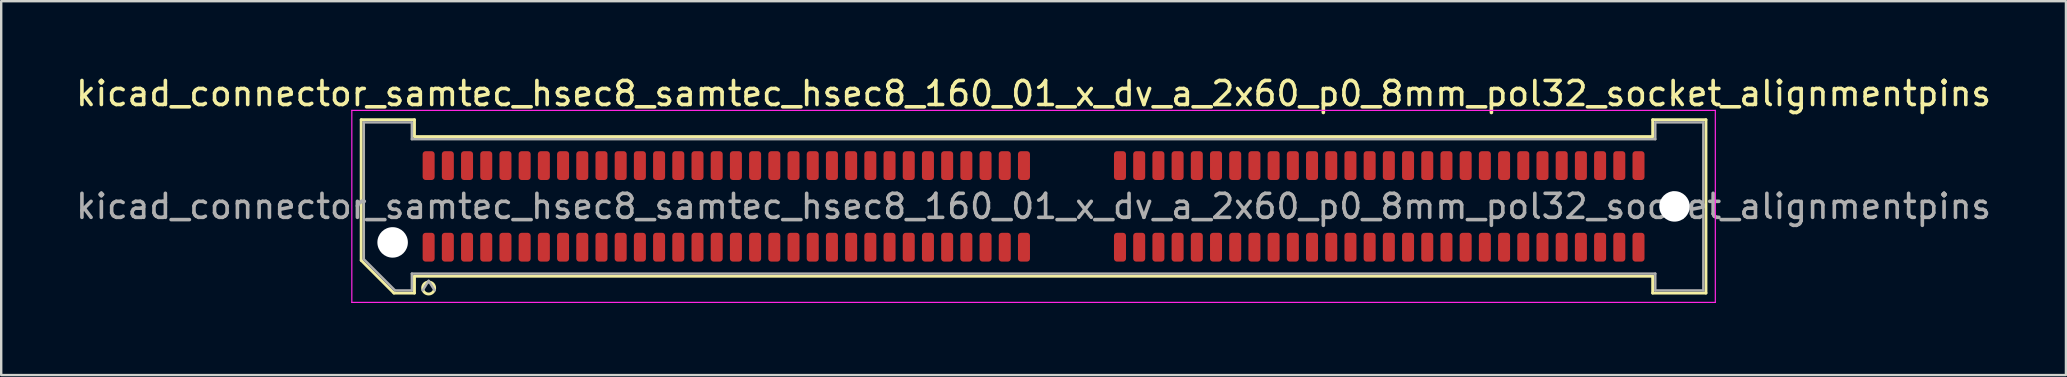
<source format=kicad_pcb>
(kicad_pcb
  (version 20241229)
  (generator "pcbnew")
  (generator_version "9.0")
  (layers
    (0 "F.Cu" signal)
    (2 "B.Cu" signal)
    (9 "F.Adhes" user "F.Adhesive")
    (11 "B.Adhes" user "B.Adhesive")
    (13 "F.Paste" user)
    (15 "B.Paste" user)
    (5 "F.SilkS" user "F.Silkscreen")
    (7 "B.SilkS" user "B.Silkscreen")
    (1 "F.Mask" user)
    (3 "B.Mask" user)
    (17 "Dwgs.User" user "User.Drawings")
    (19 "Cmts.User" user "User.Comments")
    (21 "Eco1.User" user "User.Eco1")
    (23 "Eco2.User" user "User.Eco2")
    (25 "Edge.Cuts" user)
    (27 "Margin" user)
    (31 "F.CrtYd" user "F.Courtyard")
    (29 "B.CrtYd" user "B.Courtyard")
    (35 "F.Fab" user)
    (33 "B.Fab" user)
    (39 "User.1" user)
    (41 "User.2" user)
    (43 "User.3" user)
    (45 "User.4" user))
  (footprint "kicad_connector_samtec_hsec8_samtec_hsec8_160_01_x_dv_a_2x60_p0_8mm_pol32_socket_alignmentpins"
    (layer "F.Cu")
    (at 40.006 5.548)
    (property "Reference" "kicad_connector_samtec_hsec8_samtec_hsec8_160_01_x_dv_a_2x60_p0_8mm_pol32_socket_alignmentpins" (at 0 -4.7 0) (layer "F.SilkS") (effects (font (size 1 1) (thickness 0.15))))
    (attr smd)
    (fp_line (start -28.01 -3.61) (end -25.79 -3.61) (stroke (width 0.12) (type solid)) (layer "F.SilkS"))
    (fp_line (start -28.01 2.246) (end -28.01 -3.61) (stroke (width 0.12) (type solid)) (layer "F.SilkS"))
    (fp_line (start -26.646 3.61) (end -28.01 2.246) (stroke (width 0.12) (type solid)) (layer "F.SilkS"))
    (fp_line (start -25.79 -3.61) (end -25.79 -2.91) (stroke (width 0.12) (type solid)) (layer "F.SilkS"))
    (fp_line (start -25.79 -2.91) (end 25.79 -2.91) (stroke (width 0.12) (type solid)) (layer "F.SilkS"))
    (fp_line (start -25.79 2.91) (end -25.79 3.61) (stroke (width 0.12) (type solid)) (layer "F.SilkS"))
    (fp_line (start -25.79 3.61) (end -26.646 3.61) (stroke (width 0.12) (type solid)) (layer "F.SilkS"))
    (fp_line (start 25.79 -3.61) (end 28.01 -3.61) (stroke (width 0.12) (type solid)) (layer "F.SilkS"))
    (fp_line (start 25.79 -2.91) (end 25.79 -3.61) (stroke (width 0.12) (type solid)) (layer "F.SilkS"))
    (fp_line (start 25.79 2.91) (end -25.79 2.91) (stroke (width 0.12) (type solid)) (layer "F.SilkS"))
    (fp_line (start 25.79 3.61) (end 25.79 2.91) (stroke (width 0.12) (type solid)) (layer "F.SilkS"))
    (fp_line (start 28.01 -3.61) (end 28.01 3.61) (stroke (width 0.12) (type solid)) (layer "F.SilkS"))
    (fp_line (start 28.01 3.61) (end 25.79 3.61) (stroke (width 0.12) (type solid)) (layer "F.SilkS"))
    (fp_arc (start -24.95 3.4) (mid -25.45 3.4) (end -24.95 3.4) (stroke (width 0.12) (type solid)) (layer "F.SilkS"))
    (fp_line (start -28.4 -4) (end -28.4 4) (stroke (width 0.05) (type solid)) (layer "F.CrtYd"))
    (fp_line (start -28.4 4) (end 28.4 4) (stroke (width 0.05) (type solid)) (layer "F.CrtYd"))
    (fp_line (start 28.4 -4) (end -28.4 -4) (stroke (width 0.05) (type solid)) (layer "F.CrtYd"))
    (fp_line (start 28.4 4) (end 28.4 -4) (stroke (width 0.05) (type solid)) (layer "F.CrtYd"))
    (fp_line (start -27.9 -3.5) (end -25.9 -3.5) (stroke (width 0.1) (type solid)) (layer "F.Fab"))
    (fp_line (start -27.9 2.2) (end -27.9 -3.5) (stroke (width 0.1) (type solid)) (layer "F.Fab"))
    (fp_line (start -26.6 3.5) (end -27.9 2.2) (stroke (width 0.1) (type solid)) (layer "F.Fab"))
    (fp_line (start -25.9 -3.5) (end -25.9 -2.8) (stroke (width 0.1) (type solid)) (layer "F.Fab"))
    (fp_line (start -25.9 -2.8) (end 25.9 -2.8) (stroke (width 0.1) (type solid)) (layer "F.Fab"))
    (fp_line (start -25.9 2.8) (end -25.9 3.5) (stroke (width 0.1) (type solid)) (layer "F.Fab"))
    (fp_line (start -25.9 3.5) (end -26.6 3.5) (stroke (width 0.1) (type solid)) (layer "F.Fab"))
    (fp_line (start -25.2 3.1) (end -25.45 3.5) (stroke (width 0.1) (type solid)) (layer "F.Fab"))
    (fp_line (start -25.2 3.1) (end -24.95 3.5) (stroke (width 0.1) (type solid)) (layer "F.Fab"))
    (fp_line (start 25.9 -3.5) (end 27.9 -3.5) (stroke (width 0.1) (type solid)) (layer "F.Fab"))
    (fp_line (start 25.9 -2.8) (end 25.9 -3.5) (stroke (width 0.1) (type solid)) (layer "F.Fab"))
    (fp_line (start 25.9 2.8) (end -25.9 2.8) (stroke (width 0.1) (type solid)) (layer "F.Fab"))
    (fp_line (start 25.9 3.5) (end 25.9 2.8) (stroke (width 0.1) (type solid)) (layer "F.Fab"))
    (fp_line (start 27.9 -3.5) (end 27.9 3.5) (stroke (width 0.1) (type solid)) (layer "F.Fab"))
    (fp_line (start 27.9 3.5) (end 25.9 3.5) (stroke (width 0.1) (type solid)) (layer "F.Fab"))
    (fp_text user "${REFERENCE}" (at 0 0 0) (layer "F.Fab") (effects (font (size 1 1) (thickness 0.15))))
    (pad "" np_thru_hole circle (at -26.7 1.5) (size 1.27 1.27) (drill 1.27) (layers "*.Cu" "*.Mask"))
    (pad "" np_thru_hole circle (at 26.7 0) (size 1.27 1.27) (drill 1.27) (layers "*.Cu" "*.Mask"))
    (pad "1" smd roundrect (at -25.2 1.7) (size 0.5 1.2) (layers "F.Cu" "F.Mask" "F.Paste") (roundrect_rratio 0.25))
    (pad "2" smd roundrect (at -25.2 -1.7) (size 0.5 1.2) (layers "F.Cu" "F.Mask" "F.Paste") (roundrect_rratio 0.25))
    (pad "3" smd roundrect (at -24.4 1.7) (size 0.5 1.2) (layers "F.Cu" "F.Mask" "F.Paste") (roundrect_rratio 0.25))
    (pad "4" smd roundrect (at -24.4 -1.7) (size 0.5 1.2) (layers "F.Cu" "F.Mask" "F.Paste") (roundrect_rratio 0.25))
    (pad "5" smd roundrect (at -23.6 1.7) (size 0.5 1.2) (layers "F.Cu" "F.Mask" "F.Paste") (roundrect_rratio 0.25))
    (pad "6" smd roundrect (at -23.6 -1.7) (size 0.5 1.2) (layers "F.Cu" "F.Mask" "F.Paste") (roundrect_rratio 0.25))
    (pad "7" smd roundrect (at -22.8 1.7) (size 0.5 1.2) (layers "F.Cu" "F.Mask" "F.Paste") (roundrect_rratio 0.25))
    (pad "8" smd roundrect (at -22.8 -1.7) (size 0.5 1.2) (layers "F.Cu" "F.Mask" "F.Paste") (roundrect_rratio 0.25))
    (pad "9" smd roundrect (at -22 1.7) (size 0.5 1.2) (layers "F.Cu" "F.Mask" "F.Paste") (roundrect_rratio 0.25))
    (pad "10" smd roundrect (at -22 -1.7) (size 0.5 1.2) (layers "F.Cu" "F.Mask" "F.Paste") (roundrect_rratio 0.25))
    (pad "11" smd roundrect (at -21.2 1.7) (size 0.5 1.2) (layers "F.Cu" "F.Mask" "F.Paste") (roundrect_rratio 0.25))
    (pad "12" smd roundrect (at -21.2 -1.7) (size 0.5 1.2) (layers "F.Cu" "F.Mask" "F.Paste") (roundrect_rratio 0.25))
    (pad "13" smd roundrect (at -20.4 1.7) (size 0.5 1.2) (layers "F.Cu" "F.Mask" "F.Paste") (roundrect_rratio 0.25))
    (pad "14" smd roundrect (at -20.4 -1.7) (size 0.5 1.2) (layers "F.Cu" "F.Mask" "F.Paste") (roundrect_rratio 0.25))
    (pad "15" smd roundrect (at -19.6 1.7) (size 0.5 1.2) (layers "F.Cu" "F.Mask" "F.Paste") (roundrect_rratio 0.25))
    (pad "16" smd roundrect (at -19.6 -1.7) (size 0.5 1.2) (layers "F.Cu" "F.Mask" "F.Paste") (roundrect_rratio 0.25))
    (pad "17" smd roundrect (at -18.8 1.7) (size 0.5 1.2) (layers "F.Cu" "F.Mask" "F.Paste") (roundrect_rratio 0.25))
    (pad "18" smd roundrect (at -18.8 -1.7) (size 0.5 1.2) (layers "F.Cu" "F.Mask" "F.Paste") (roundrect_rratio 0.25))
    (pad "19" smd roundrect (at -18 1.7) (size 0.5 1.2) (layers "F.Cu" "F.Mask" "F.Paste") (roundrect_rratio 0.25))
    (pad "20" smd roundrect (at -18 -1.7) (size 0.5 1.2) (layers "F.Cu" "F.Mask" "F.Paste") (roundrect_rratio 0.25))
    (pad "21" smd roundrect (at -17.2 1.7) (size 0.5 1.2) (layers "F.Cu" "F.Mask" "F.Paste") (roundrect_rratio 0.25))
    (pad "22" smd roundrect (at -17.2 -1.7) (size 0.5 1.2) (layers "F.Cu" "F.Mask" "F.Paste") (roundrect_rratio 0.25))
    (pad "23" smd roundrect (at -16.4 1.7) (size 0.5 1.2) (layers "F.Cu" "F.Mask" "F.Paste") (roundrect_rratio 0.25))
    (pad "24" smd roundrect (at -16.4 -1.7) (size 0.5 1.2) (layers "F.Cu" "F.Mask" "F.Paste") (roundrect_rratio 0.25))
    (pad "25" smd roundrect (at -15.6 1.7) (size 0.5 1.2) (layers "F.Cu" "F.Mask" "F.Paste") (roundrect_rratio 0.25))
    (pad "26" smd roundrect (at -15.6 -1.7) (size 0.5 1.2) (layers "F.Cu" "F.Mask" "F.Paste") (roundrect_rratio 0.25))
    (pad "27" smd roundrect (at -14.8 1.7) (size 0.5 1.2) (layers "F.Cu" "F.Mask" "F.Paste") (roundrect_rratio 0.25))
    (pad "28" smd roundrect (at -14.8 -1.7) (size 0.5 1.2) (layers "F.Cu" "F.Mask" "F.Paste") (roundrect_rratio 0.25))
    (pad "29" smd roundrect (at -14 1.7) (size 0.5 1.2) (layers "F.Cu" "F.Mask" "F.Paste") (roundrect_rratio 0.25))
    (pad "30" smd roundrect (at -14 -1.7) (size 0.5 1.2) (layers "F.Cu" "F.Mask" "F.Paste") (roundrect_rratio 0.25))
    (pad "31" smd roundrect (at -13.2 1.7) (size 0.5 1.2) (layers "F.Cu" "F.Mask" "F.Paste") (roundrect_rratio 0.25))
    (pad "32" smd roundrect (at -13.2 -1.7) (size 0.5 1.2) (layers "F.Cu" "F.Mask" "F.Paste") (roundrect_rratio 0.25))
    (pad "33" smd roundrect (at -12.4 1.7) (size 0.5 1.2) (layers "F.Cu" "F.Mask" "F.Paste") (roundrect_rratio 0.25))
    (pad "34" smd roundrect (at -12.4 -1.7) (size 0.5 1.2) (layers "F.Cu" "F.Mask" "F.Paste") (roundrect_rratio 0.25))
    (pad "35" smd roundrect (at -11.6 1.7) (size 0.5 1.2) (layers "F.Cu" "F.Mask" "F.Paste") (roundrect_rratio 0.25))
    (pad "36" smd roundrect (at -11.6 -1.7) (size 0.5 1.2) (layers "F.Cu" "F.Mask" "F.Paste") (roundrect_rratio 0.25))
    (pad "37" smd roundrect (at -10.8 1.7) (size 0.5 1.2) (layers "F.Cu" "F.Mask" "F.Paste") (roundrect_rratio 0.25))
    (pad "38" smd roundrect (at -10.8 -1.7) (size 0.5 1.2) (layers "F.Cu" "F.Mask" "F.Paste") (roundrect_rratio 0.25))
    (pad "39" smd roundrect (at -10 1.7) (size 0.5 1.2) (layers "F.Cu" "F.Mask" "F.Paste") (roundrect_rratio 0.25))
    (pad "40" smd roundrect (at -10 -1.7) (size 0.5 1.2) (layers "F.Cu" "F.Mask" "F.Paste") (roundrect_rratio 0.25))
    (pad "41" smd roundrect (at -9.2 1.7) (size 0.5 1.2) (layers "F.Cu" "F.Mask" "F.Paste") (roundrect_rratio 0.25))
    (pad "42" smd roundrect (at -9.2 -1.7) (size 0.5 1.2) (layers "F.Cu" "F.Mask" "F.Paste") (roundrect_rratio 0.25))
    (pad "43" smd roundrect (at -8.4 1.7) (size 0.5 1.2) (layers "F.Cu" "F.Mask" "F.Paste") (roundrect_rratio 0.25))
    (pad "44" smd roundrect (at -8.4 -1.7) (size 0.5 1.2) (layers "F.Cu" "F.Mask" "F.Paste") (roundrect_rratio 0.25))
    (pad "45" smd roundrect (at -7.6 1.7) (size 0.5 1.2) (layers "F.Cu" "F.Mask" "F.Paste") (roundrect_rratio 0.25))
    (pad "46" smd roundrect (at -7.6 -1.7) (size 0.5 1.2) (layers "F.Cu" "F.Mask" "F.Paste") (roundrect_rratio 0.25))
    (pad "47" smd roundrect (at -6.8 1.7) (size 0.5 1.2) (layers "F.Cu" "F.Mask" "F.Paste") (roundrect_rratio 0.25))
    (pad "48" smd roundrect (at -6.8 -1.7) (size 0.5 1.2) (layers "F.Cu" "F.Mask" "F.Paste") (roundrect_rratio 0.25))
    (pad "49" smd roundrect (at -6 1.7) (size 0.5 1.2) (layers "F.Cu" "F.Mask" "F.Paste") (roundrect_rratio 0.25))
    (pad "50" smd roundrect (at -6 -1.7) (size 0.5 1.2) (layers "F.Cu" "F.Mask" "F.Paste") (roundrect_rratio 0.25))
    (pad "51" smd roundrect (at -5.2 1.7) (size 0.5 1.2) (layers "F.Cu" "F.Mask" "F.Paste") (roundrect_rratio 0.25))
    (pad "52" smd roundrect (at -5.2 -1.7) (size 0.5 1.2) (layers "F.Cu" "F.Mask" "F.Paste") (roundrect_rratio 0.25))
    (pad "53" smd roundrect (at -4.4 1.7) (size 0.5 1.2) (layers "F.Cu" "F.Mask" "F.Paste") (roundrect_rratio 0.25))
    (pad "54" smd roundrect (at -4.4 -1.7) (size 0.5 1.2) (layers "F.Cu" "F.Mask" "F.Paste") (roundrect_rratio 0.25))
    (pad "55" smd roundrect (at -3.6 1.7) (size 0.5 1.2) (layers "F.Cu" "F.Mask" "F.Paste") (roundrect_rratio 0.25))
    (pad "56" smd roundrect (at -3.6 -1.7) (size 0.5 1.2) (layers "F.Cu" "F.Mask" "F.Paste") (roundrect_rratio 0.25))
    (pad "57" smd roundrect (at -2.8 1.7) (size 0.5 1.2) (layers "F.Cu" "F.Mask" "F.Paste") (roundrect_rratio 0.25))
    (pad "58" smd roundrect (at -2.8 -1.7) (size 0.5 1.2) (layers "F.Cu" "F.Mask" "F.Paste") (roundrect_rratio 0.25))
    (pad "59" smd roundrect (at -2 1.7) (size 0.5 1.2) (layers "F.Cu" "F.Mask" "F.Paste") (roundrect_rratio 0.25))
    (pad "60" smd roundrect (at -2 -1.7) (size 0.5 1.2) (layers "F.Cu" "F.Mask" "F.Paste") (roundrect_rratio 0.25))
    (pad "61" smd roundrect (at -1.2 1.7) (size 0.5 1.2) (layers "F.Cu" "F.Mask" "F.Paste") (roundrect_rratio 0.25))
    (pad "62" smd roundrect (at -1.2 -1.7) (size 0.5 1.2) (layers "F.Cu" "F.Mask" "F.Paste") (roundrect_rratio 0.25))
    (pad "63" smd roundrect (at -0.4 1.7) (size 0.5 1.2) (layers "F.Cu" "F.Mask" "F.Paste") (roundrect_rratio 0.25))
    (pad "64" smd roundrect (at -0.4 -1.7) (size 0.5 1.2) (layers "F.Cu" "F.Mask" "F.Paste") (roundrect_rratio 0.25))
    (pad "65" smd roundrect (at 3.6 1.7) (size 0.5 1.2) (layers "F.Cu" "F.Mask" "F.Paste") (roundrect_rratio 0.25))
    (pad "66" smd roundrect (at 3.6 -1.7) (size 0.5 1.2) (layers "F.Cu" "F.Mask" "F.Paste") (roundrect_rratio 0.25))
    (pad "67" smd roundrect (at 4.4 1.7) (size 0.5 1.2) (layers "F.Cu" "F.Mask" "F.Paste") (roundrect_rratio 0.25))
    (pad "68" smd roundrect (at 4.4 -1.7) (size 0.5 1.2) (layers "F.Cu" "F.Mask" "F.Paste") (roundrect_rratio 0.25))
    (pad "69" smd roundrect (at 5.2 1.7) (size 0.5 1.2) (layers "F.Cu" "F.Mask" "F.Paste") (roundrect_rratio 0.25))
    (pad "70" smd roundrect (at 5.2 -1.7) (size 0.5 1.2) (layers "F.Cu" "F.Mask" "F.Paste") (roundrect_rratio 0.25))
    (pad "71" smd roundrect (at 6 1.7) (size 0.5 1.2) (layers "F.Cu" "F.Mask" "F.Paste") (roundrect_rratio 0.25))
    (pad "72" smd roundrect (at 6 -1.7) (size 0.5 1.2) (layers "F.Cu" "F.Mask" "F.Paste") (roundrect_rratio 0.25))
    (pad "73" smd roundrect (at 6.8 1.7) (size 0.5 1.2) (layers "F.Cu" "F.Mask" "F.Paste") (roundrect_rratio 0.25))
    (pad "74" smd roundrect (at 6.8 -1.7) (size 0.5 1.2) (layers "F.Cu" "F.Mask" "F.Paste") (roundrect_rratio 0.25))
    (pad "75" smd roundrect (at 7.6 1.7) (size 0.5 1.2) (layers "F.Cu" "F.Mask" "F.Paste") (roundrect_rratio 0.25))
    (pad "76" smd roundrect (at 7.6 -1.7) (size 0.5 1.2) (layers "F.Cu" "F.Mask" "F.Paste") (roundrect_rratio 0.25))
    (pad "77" smd roundrect (at 8.4 1.7) (size 0.5 1.2) (layers "F.Cu" "F.Mask" "F.Paste") (roundrect_rratio 0.25))
    (pad "78" smd roundrect (at 8.4 -1.7) (size 0.5 1.2) (layers "F.Cu" "F.Mask" "F.Paste") (roundrect_rratio 0.25))
    (pad "79" smd roundrect (at 9.2 1.7) (size 0.5 1.2) (layers "F.Cu" "F.Mask" "F.Paste") (roundrect_rratio 0.25))
    (pad "80" smd roundrect (at 9.2 -1.7) (size 0.5 1.2) (layers "F.Cu" "F.Mask" "F.Paste") (roundrect_rratio 0.25))
    (pad "81" smd roundrect (at 10 1.7) (size 0.5 1.2) (layers "F.Cu" "F.Mask" "F.Paste") (roundrect_rratio 0.25))
    (pad "82" smd roundrect (at 10 -1.7) (size 0.5 1.2) (layers "F.Cu" "F.Mask" "F.Paste") (roundrect_rratio 0.25))
    (pad "83" smd roundrect (at 10.8 1.7) (size 0.5 1.2) (layers "F.Cu" "F.Mask" "F.Paste") (roundrect_rratio 0.25))
    (pad "84" smd roundrect (at 10.8 -1.7) (size 0.5 1.2) (layers "F.Cu" "F.Mask" "F.Paste") (roundrect_rratio 0.25))
    (pad "85" smd roundrect (at 11.6 1.7) (size 0.5 1.2) (layers "F.Cu" "F.Mask" "F.Paste") (roundrect_rratio 0.25))
    (pad "86" smd roundrect (at 11.6 -1.7) (size 0.5 1.2) (layers "F.Cu" "F.Mask" "F.Paste") (roundrect_rratio 0.25))
    (pad "87" smd roundrect (at 12.4 1.7) (size 0.5 1.2) (layers "F.Cu" "F.Mask" "F.Paste") (roundrect_rratio 0.25))
    (pad "88" smd roundrect (at 12.4 -1.7) (size 0.5 1.2) (layers "F.Cu" "F.Mask" "F.Paste") (roundrect_rratio 0.25))
    (pad "89" smd roundrect (at 13.2 1.7) (size 0.5 1.2) (layers "F.Cu" "F.Mask" "F.Paste") (roundrect_rratio 0.25))
    (pad "90" smd roundrect (at 13.2 -1.7) (size 0.5 1.2) (layers "F.Cu" "F.Mask" "F.Paste") (roundrect_rratio 0.25))
    (pad "91" smd roundrect (at 14 1.7) (size 0.5 1.2) (layers "F.Cu" "F.Mask" "F.Paste") (roundrect_rratio 0.25))
    (pad "92" smd roundrect (at 14 -1.7) (size 0.5 1.2) (layers "F.Cu" "F.Mask" "F.Paste") (roundrect_rratio 0.25))
    (pad "93" smd roundrect (at 14.8 1.7) (size 0.5 1.2) (layers "F.Cu" "F.Mask" "F.Paste") (roundrect_rratio 0.25))
    (pad "94" smd roundrect (at 14.8 -1.7) (size 0.5 1.2) (layers "F.Cu" "F.Mask" "F.Paste") (roundrect_rratio 0.25))
    (pad "95" smd roundrect (at 15.6 1.7) (size 0.5 1.2) (layers "F.Cu" "F.Mask" "F.Paste") (roundrect_rratio 0.25))
    (pad "96" smd roundrect (at 15.6 -1.7) (size 0.5 1.2) (layers "F.Cu" "F.Mask" "F.Paste") (roundrect_rratio 0.25))
    (pad "97" smd roundrect (at 16.4 1.7) (size 0.5 1.2) (layers "F.Cu" "F.Mask" "F.Paste") (roundrect_rratio 0.25))
    (pad "98" smd roundrect (at 16.4 -1.7) (size 0.5 1.2) (layers "F.Cu" "F.Mask" "F.Paste") (roundrect_rratio 0.25))
    (pad "99" smd roundrect (at 17.2 1.7) (size 0.5 1.2) (layers "F.Cu" "F.Mask" "F.Paste") (roundrect_rratio 0.25))
    (pad "100" smd roundrect (at 17.2 -1.7) (size 0.5 1.2) (layers "F.Cu" "F.Mask" "F.Paste") (roundrect_rratio 0.25))
    (pad "101" smd roundrect (at 18 1.7) (size 0.5 1.2) (layers "F.Cu" "F.Mask" "F.Paste") (roundrect_rratio 0.25))
    (pad "102" smd roundrect (at 18 -1.7) (size 0.5 1.2) (layers "F.Cu" "F.Mask" "F.Paste") (roundrect_rratio 0.25))
    (pad "103" smd roundrect (at 18.8 1.7) (size 0.5 1.2) (layers "F.Cu" "F.Mask" "F.Paste") (roundrect_rratio 0.25))
    (pad "104" smd roundrect (at 18.8 -1.7) (size 0.5 1.2) (layers "F.Cu" "F.Mask" "F.Paste") (roundrect_rratio 0.25))
    (pad "105" smd roundrect (at 19.6 1.7) (size 0.5 1.2) (layers "F.Cu" "F.Mask" "F.Paste") (roundrect_rratio 0.25))
    (pad "106" smd roundrect (at 19.6 -1.7) (size 0.5 1.2) (layers "F.Cu" "F.Mask" "F.Paste") (roundrect_rratio 0.25))
    (pad "107" smd roundrect (at 20.4 1.7) (size 0.5 1.2) (layers "F.Cu" "F.Mask" "F.Paste") (roundrect_rratio 0.25))
    (pad "108" smd roundrect (at 20.4 -1.7) (size 0.5 1.2) (layers "F.Cu" "F.Mask" "F.Paste") (roundrect_rratio 0.25))
    (pad "109" smd roundrect (at 21.2 1.7) (size 0.5 1.2) (layers "F.Cu" "F.Mask" "F.Paste") (roundrect_rratio 0.25))
    (pad "110" smd roundrect (at 21.2 -1.7) (size 0.5 1.2) (layers "F.Cu" "F.Mask" "F.Paste") (roundrect_rratio 0.25))
    (pad "111" smd roundrect (at 22 1.7) (size 0.5 1.2) (layers "F.Cu" "F.Mask" "F.Paste") (roundrect_rratio 0.25))
    (pad "112" smd roundrect (at 22 -1.7) (size 0.5 1.2) (layers "F.Cu" "F.Mask" "F.Paste") (roundrect_rratio 0.25))
    (pad "113" smd roundrect (at 22.8 1.7) (size 0.5 1.2) (layers "F.Cu" "F.Mask" "F.Paste") (roundrect_rratio 0.25))
    (pad "114" smd roundrect (at 22.8 -1.7) (size 0.5 1.2) (layers "F.Cu" "F.Mask" "F.Paste") (roundrect_rratio 0.25))
    (pad "115" smd roundrect (at 23.6 1.7) (size 0.5 1.2) (layers "F.Cu" "F.Mask" "F.Paste") (roundrect_rratio 0.25))
    (pad "116" smd roundrect (at 23.6 -1.7) (size 0.5 1.2) (layers "F.Cu" "F.Mask" "F.Paste") (roundrect_rratio 0.25))
    (pad "117" smd roundrect (at 24.4 1.7) (size 0.5 1.2) (layers "F.Cu" "F.Mask" "F.Paste") (roundrect_rratio 0.25))
    (pad "118" smd roundrect (at 24.4 -1.7) (size 0.5 1.2) (layers "F.Cu" "F.Mask" "F.Paste") (roundrect_rratio 0.25))
    (pad "119" smd roundrect (at 25.2 1.7) (size 0.5 1.2) (layers "F.Cu" "F.Mask" "F.Paste") (roundrect_rratio 0.25))
    (pad "120" smd roundrect (at 25.2 -1.7) (size 0.5 1.2) (layers "F.Cu" "F.Mask" "F.Paste") (roundrect_rratio 0.25)))
  (gr_rect
    (start -3 -3)
    (end 83.012 12.573)
    (stroke (width 0.1) (type default))
    (fill no)
    (layer "Edge.Cuts")))
</source>
